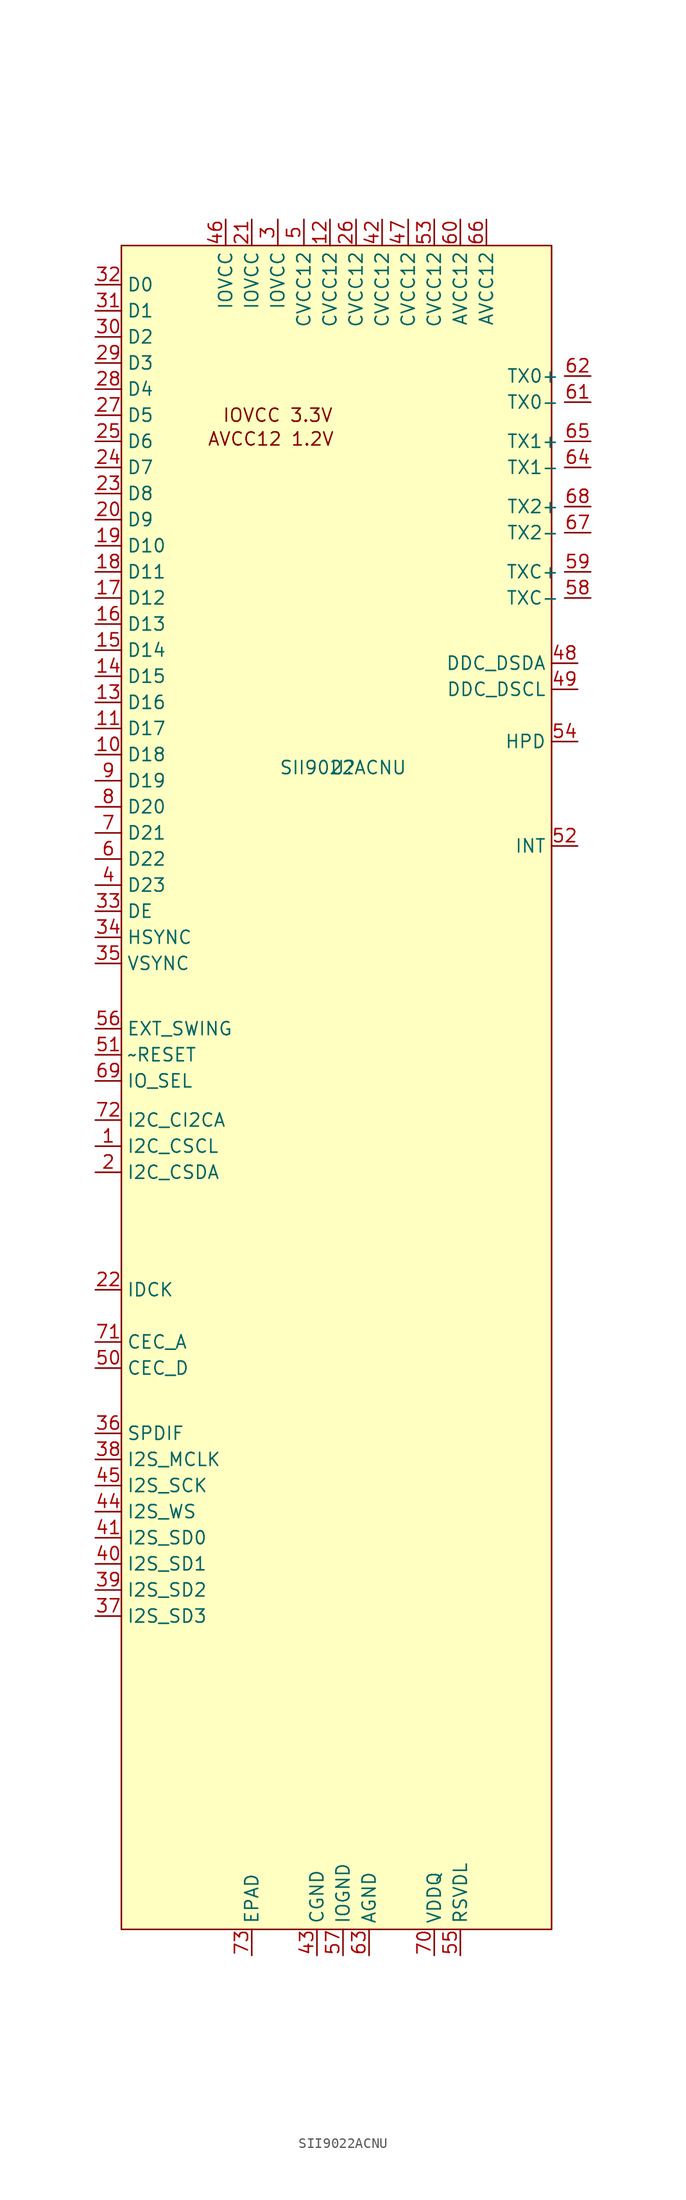
<source format=kicad_sym>
(kicad_symbol_lib
  (version 20211014)
  (generator kicad_symbol_editor)
  (symbol "SII9022ACNU"
    (property "Reference" "U"
      (at 0 0 0)
      (effects (font (size 1.27 1.27))))
    (property "Value" "SII9022ACNU"
      (at 0 0 0)
      (effects (font (size 1.27 1.27))))
    (symbol "SII9022ACNU_0_0"
      (text "AVCC12 1.2V" (at -7.024 31.979 0) (effects (font (size 1.27 1.27))))
      (text "IOVCC 3.3V" (at -6.35 34.29 0) (effects (font (size 1.27 1.27)))))
    (symbol "SII9022ACNU_0_1"
      (rectangle (start -21.59 50.8) (end 20.32 -113.03) (stroke (width 0) (type default) (color 0 0 0 0)) (fill (type background))))
    (symbol "SII9022ACNU_1_1"
      (pin bidirectional line (at -24.13 -36.83 0) (length 2.54) (name "I2C_CSCL" (effects (font (size 1.27 1.27)))) (number "1" (effects (font (size 1.27 1.27)))))
      (pin input line (at -24.13 1.27 0) (length 2.54) (name "D18" (effects (font (size 1.27 1.27)))) (number "10" (effects (font (size 1.27 1.27)))))
      (pin input line (at -24.13 3.81 0) (length 2.54) (name "D17" (effects (font (size 1.27 1.27)))) (number "11" (effects (font (size 1.27 1.27)))))
      (pin power_in line (at -1.27 53.34 270) (length 2.54) (name "CVCC12" (effects (font (size 1.27 1.27)))) (number "12" (effects (font (size 1.27 1.27)))))
      (pin input line (at -24.13 6.35 0) (length 2.54) (name "D16" (effects (font (size 1.27 1.27)))) (number "13" (effects (font (size 1.27 1.27)))))
      (pin input line (at -24.13 8.89 0) (length 2.54) (name "D15" (effects (font (size 1.27 1.27)))) (number "14" (effects (font (size 1.27 1.27)))))
      (pin input line (at -24.13 11.43 0) (length 2.54) (name "D14" (effects (font (size 1.27 1.27)))) (number "15" (effects (font (size 1.27 1.27)))))
      (pin input line (at -24.13 13.97 0) (length 2.54) (name "D13" (effects (font (size 1.27 1.27)))) (number "16" (effects (font (size 1.27 1.27)))))
      (pin input line (at -24.13 16.51 0) (length 2.54) (name "D12" (effects (font (size 1.27 1.27)))) (number "17" (effects (font (size 1.27 1.27)))))
      (pin input line (at -24.13 19.05 0) (length 2.54) (name "D11" (effects (font (size 1.27 1.27)))) (number "18" (effects (font (size 1.27 1.27)))))
      (pin input line (at -24.13 21.59 0) (length 2.54) (name "D10" (effects (font (size 1.27 1.27)))) (number "19" (effects (font (size 1.27 1.27)))))
      (pin bidirectional line (at -24.13 -39.37 0) (length 2.54) (name "I2C_CSDA" (effects (font (size 1.27 1.27)))) (number "2" (effects (font (size 1.27 1.27)))))
      (pin input line (at -24.13 24.13 0) (length 2.54) (name "D9" (effects (font (size 1.27 1.27)))) (number "20" (effects (font (size 1.27 1.27)))))
      (pin power_in line (at -8.89 53.34 270) (length 2.54) (name "IOVCC" (effects (font (size 1.27 1.27)))) (number "21" (effects (font (size 1.27 1.27)))))
      (pin input line (at -24.13 -50.8 0) (length 2.54) (name "IDCK" (effects (font (size 1.27 1.27)))) (number "22" (effects (font (size 1.27 1.27)))))
      (pin input line (at -24.13 26.67 0) (length 2.54) (name "D8" (effects (font (size 1.27 1.27)))) (number "23" (effects (font (size 1.27 1.27)))))
      (pin input line (at -24.13 29.21 0) (length 2.54) (name "D7" (effects (font (size 1.27 1.27)))) (number "24" (effects (font (size 1.27 1.27)))))
      (pin input line (at -24.13 31.75 0) (length 2.54) (name "D6" (effects (font (size 1.27 1.27)))) (number "25" (effects (font (size 1.27 1.27)))))
      (pin power_in line (at 1.27 53.34 270) (length 2.54) (name "CVCC12" (effects (font (size 1.27 1.27)))) (number "26" (effects (font (size 1.27 1.27)))))
      (pin input line (at -24.13 34.29 0) (length 2.54) (name "D5" (effects (font (size 1.27 1.27)))) (number "27" (effects (font (size 1.27 1.27)))))
      (pin input line (at -24.13 36.83 0) (length 2.54) (name "D4" (effects (font (size 1.27 1.27)))) (number "28" (effects (font (size 1.27 1.27)))))
      (pin input line (at -24.13 39.37 0) (length 2.54) (name "D3" (effects (font (size 1.27 1.27)))) (number "29" (effects (font (size 1.27 1.27)))))
      (pin power_in line (at -6.35 53.34 270) (length 2.54) (name "IOVCC" (effects (font (size 1.27 1.27)))) (number "3" (effects (font (size 1.27 1.27)))))
      (pin input line (at -24.13 41.91 0) (length 2.54) (name "D2" (effects (font (size 1.27 1.27)))) (number "30" (effects (font (size 1.27 1.27)))))
      (pin input line (at -24.13 44.45 0) (length 2.54) (name "D1" (effects (font (size 1.27 1.27)))) (number "31" (effects (font (size 1.27 1.27)))))
      (pin input line (at -24.13 46.99 0) (length 2.54) (name "D0" (effects (font (size 1.27 1.27)))) (number "32" (effects (font (size 1.27 1.27)))))
      (pin input line (at -24.13 -13.97 0) (length 2.54) (name "DE" (effects (font (size 1.27 1.27)))) (number "33" (effects (font (size 1.27 1.27)))))
      (pin input line (at -24.13 -16.51 0) (length 2.54) (name "HSYNC" (effects (font (size 1.27 1.27)))) (number "34" (effects (font (size 1.27 1.27)))))
      (pin input line (at -24.13 -19.05 0) (length 2.54) (name "VSYNC" (effects (font (size 1.27 1.27)))) (number "35" (effects (font (size 1.27 1.27)))))
      (pin input line (at -24.13 -64.77 0) (length 2.54) (name "SPDIF" (effects (font (size 1.27 1.27)))) (number "36" (effects (font (size 1.27 1.27)))))
      (pin input line (at -24.13 -82.55 0) (length 2.54) (name "I2S_SD3" (effects (font (size 1.27 1.27)))) (number "37" (effects (font (size 1.27 1.27)))))
      (pin input line (at -24.13 -67.31 0) (length 2.54) (name "I2S_MCLK" (effects (font (size 1.27 1.27)))) (number "38" (effects (font (size 1.27 1.27)))))
      (pin input line (at -24.13 -80.01 0) (length 2.54) (name "I2S_SD2" (effects (font (size 1.27 1.27)))) (number "39" (effects (font (size 1.27 1.27)))))
      (pin input line (at -24.13 -11.43 0) (length 2.54) (name "D23" (effects (font (size 1.27 1.27)))) (number "4" (effects (font (size 1.27 1.27)))))
      (pin input line (at -24.13 -77.47 0) (length 2.54) (name "I2S_SD1" (effects (font (size 1.27 1.27)))) (number "40" (effects (font (size 1.27 1.27)))))
      (pin input line (at -24.13 -74.93 0) (length 2.54) (name "I2S_SD0" (effects (font (size 1.27 1.27)))) (number "41" (effects (font (size 1.27 1.27)))))
      (pin power_in line (at 3.81 53.34 270) (length 2.54) (name "CVCC12" (effects (font (size 1.27 1.27)))) (number "42" (effects (font (size 1.27 1.27)))))
      (pin power_out line (at -2.54 -115.57 90) (length 2.54) (name "CGND" (effects (font (size 1.27 1.27)))) (number "43" (effects (font (size 1.27 1.27)))))
      (pin input line (at -24.13 -72.39 0) (length 2.54) (name "I2S_WS" (effects (font (size 1.27 1.27)))) (number "44" (effects (font (size 1.27 1.27)))))
      (pin input line (at -24.13 -69.85 0) (length 2.54) (name "I2S_SCK" (effects (font (size 1.27 1.27)))) (number "45" (effects (font (size 1.27 1.27)))))
      (pin power_in line (at -11.43 53.34 270) (length 2.54) (name "IOVCC" (effects (font (size 1.27 1.27)))) (number "46" (effects (font (size 1.27 1.27)))))
      (pin power_in line (at 6.35 53.34 270) (length 2.54) (name "CVCC12" (effects (font (size 1.27 1.27)))) (number "47" (effects (font (size 1.27 1.27)))))
      (pin bidirectional line (at 22.86 10.16 180) (length 2.54) (name "DDC_DSDA" (effects (font (size 1.27 1.27)))) (number "48" (effects (font (size 1.27 1.27)))))
      (pin bidirectional line (at 22.86 7.62 180) (length 2.54) (name "DDC_DSCL" (effects (font (size 1.27 1.27)))) (number "49" (effects (font (size 1.27 1.27)))))
      (pin power_in line (at -3.81 53.34 270) (length 2.54) (name "CVCC12" (effects (font (size 1.27 1.27)))) (number "5" (effects (font (size 1.27 1.27)))))
      (pin bidirectional line (at -24.13 -58.42 0) (length 2.54) (name "CEC_D" (effects (font (size 1.27 1.27)))) (number "50" (effects (font (size 1.27 1.27)))))
      (pin input line (at -24.13 -27.94 0) (length 2.54) (name "~RESET" (effects (font (size 1.27 1.27)))) (number "51" (effects (font (size 1.27 1.27)))))
      (pin output line (at 22.86 -7.62 180) (length 2.54) (name "INT" (effects (font (size 1.27 1.27)))) (number "52" (effects (font (size 1.27 1.27)))))
      (pin power_in line (at 8.89 53.34 270) (length 2.54) (name "CVCC12" (effects (font (size 1.27 1.27)))) (number "53" (effects (font (size 1.27 1.27)))))
      (pin input line (at 22.86 2.54 180) (length 2.54) (name "HPD" (effects (font (size 1.27 1.27)))) (number "54" (effects (font (size 1.27 1.27)))))
      (pin input line (at 11.43 -115.57 90) (length 2.54) (name "RSVDL" (effects (font (size 1.27 1.27)))) (number "55" (effects (font (size 1.27 1.27)))))
      (pin input line (at -24.13 -25.4 0) (length 2.54) (name "EXT_SWING" (effects (font (size 1.27 1.27)))) (number "56" (effects (font (size 1.27 1.27)))))
      (pin power_out line (at 0 -115.57 90) (length 2.54) (name "IOGND" (effects (font (size 1.27 1.27)))) (number "57" (effects (font (size 1.27 1.27)))))
      (pin output line (at 24.13 16.51 180) (length 2.54) (name "TXC-" (effects (font (size 1.27 1.27)))) (number "58" (effects (font (size 1.27 1.27)))))
      (pin output line (at 24.13 19.05 180) (length 2.54) (name "TXC+" (effects (font (size 1.27 1.27)))) (number "59" (effects (font (size 1.27 1.27)))))
      (pin input line (at -24.13 -8.89 0) (length 2.54) (name "D22" (effects (font (size 1.27 1.27)))) (number "6" (effects (font (size 1.27 1.27)))))
      (pin power_in line (at 11.43 53.34 270) (length 2.54) (name "AVCC12" (effects (font (size 1.27 1.27)))) (number "60" (effects (font (size 1.27 1.27)))))
      (pin output line (at 24.13 35.56 180) (length 2.54) (name "TX0-" (effects (font (size 1.27 1.27)))) (number "61" (effects (font (size 1.27 1.27)))))
      (pin output line (at 24.13 38.1 180) (length 2.54) (name "TX0+" (effects (font (size 1.27 1.27)))) (number "62" (effects (font (size 1.27 1.27)))))
      (pin power_out line (at 2.54 -115.57 90) (length 2.54) (name "AGND" (effects (font (size 1.27 1.27)))) (number "63" (effects (font (size 1.27 1.27)))))
      (pin output line (at 24.13 29.21 180) (length 2.54) (name "TX1-" (effects (font (size 1.27 1.27)))) (number "64" (effects (font (size 1.27 1.27)))))
      (pin output line (at 24.13 31.75 180) (length 2.54) (name "TX1+" (effects (font (size 1.27 1.27)))) (number "65" (effects (font (size 1.27 1.27)))))
      (pin power_in line (at 13.97 53.34 270) (length 2.54) (name "AVCC12" (effects (font (size 1.27 1.27)))) (number "66" (effects (font (size 1.27 1.27)))))
      (pin output line (at 24.13 22.86 180) (length 2.54) (name "TX2-" (effects (font (size 1.27 1.27)))) (number "67" (effects (font (size 1.27 1.27)))))
      (pin output line (at 24.13 25.4 180) (length 2.54) (name "TX2+" (effects (font (size 1.27 1.27)))) (number "68" (effects (font (size 1.27 1.27)))))
      (pin input line (at -24.13 -30.48 0) (length 2.54) (name "IO_SEL" (effects (font (size 1.27 1.27)))) (number "69" (effects (font (size 1.27 1.27)))))
      (pin input line (at -24.13 -6.35 0) (length 2.54) (name "D21" (effects (font (size 1.27 1.27)))) (number "7" (effects (font (size 1.27 1.27)))))
      (pin power_in line (at 8.89 -115.57 90) (length 2.54) (name "VDDQ" (effects (font (size 1.27 1.27)))) (number "70" (effects (font (size 1.27 1.27)))))
      (pin bidirectional line (at -24.13 -55.88 0) (length 2.54) (name "CEC_A" (effects (font (size 1.27 1.27)))) (number "71" (effects (font (size 1.27 1.27)))))
      (pin input line (at -24.13 -34.29 0) (length 2.54) (name "I2C_CI2CA" (effects (font (size 1.27 1.27)))) (number "72" (effects (font (size 1.27 1.27)))))
      (pin power_out line (at -8.89 -115.57 90) (length 2.54) (name "EPAD" (effects (font (size 1.27 1.27)))) (number "73" (effects (font (size 1.27 1.27)))))
      (pin input line (at -24.13 -3.81 0) (length 2.54) (name "D20" (effects (font (size 1.27 1.27)))) (number "8" (effects (font (size 1.27 1.27)))))
      (pin input line (at -24.13 -1.27 0) (length 2.54) (name "D19" (effects (font (size 1.27 1.27)))) (number "9" (effects (font (size 1.27 1.27))))))))
</source>
